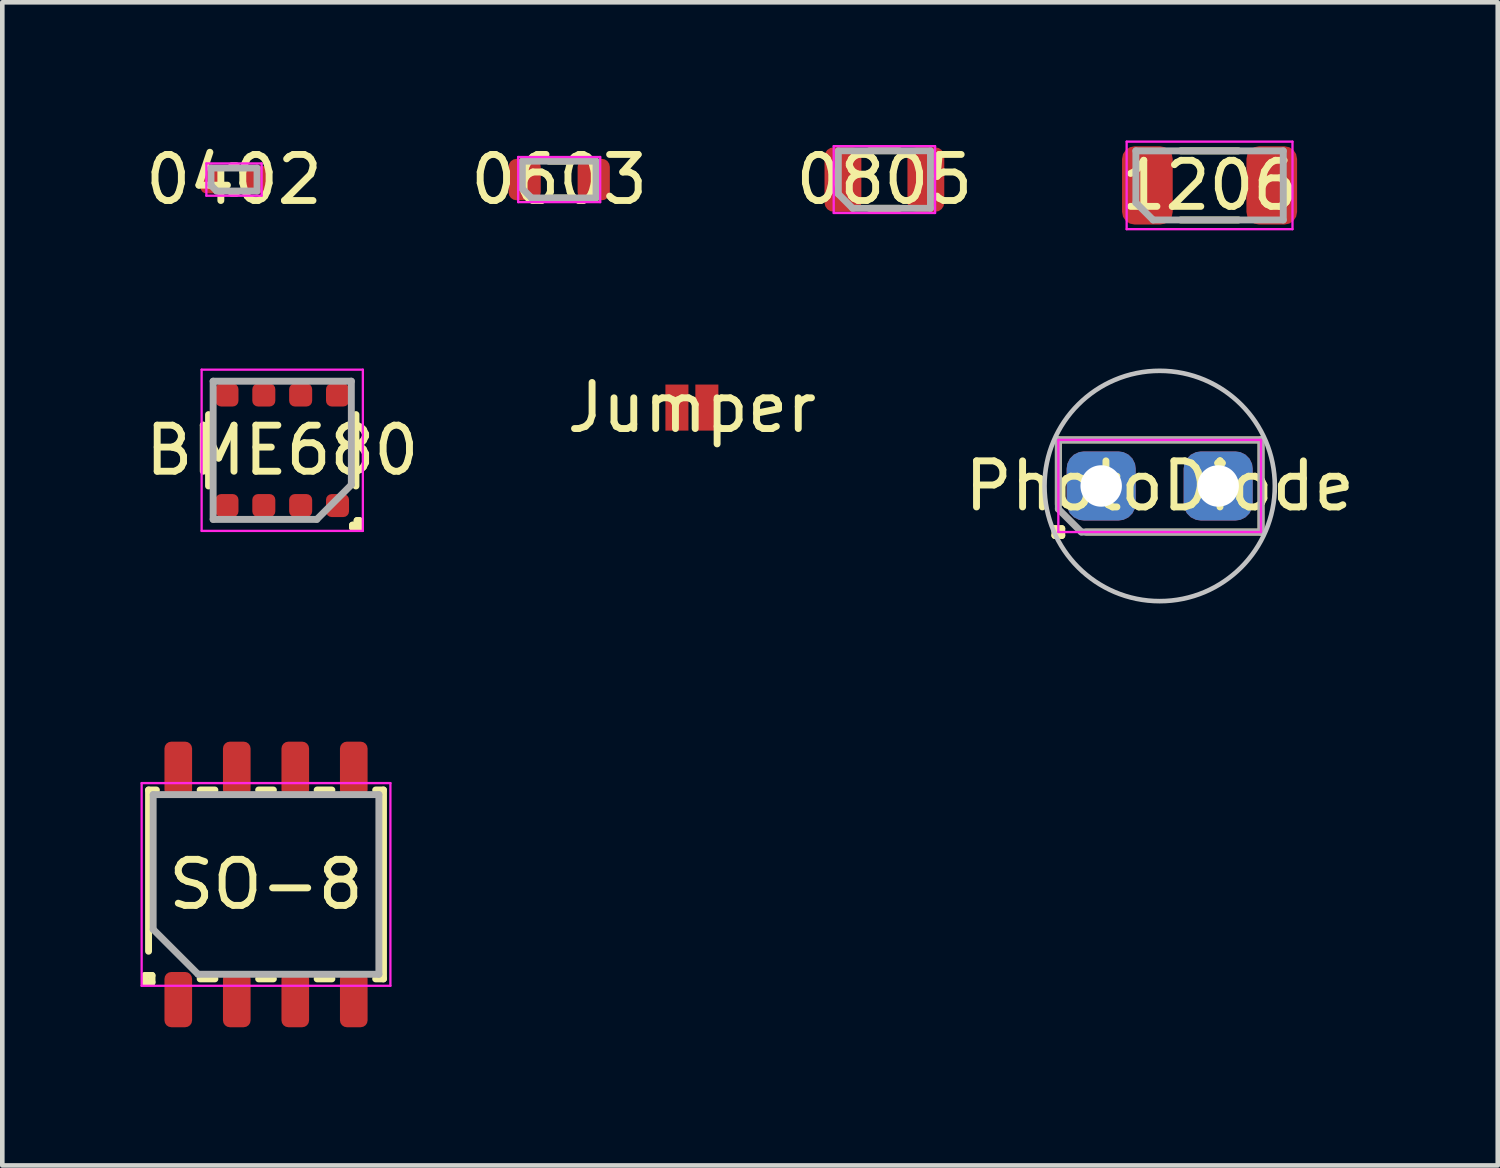
<source format=kicad_pcb>
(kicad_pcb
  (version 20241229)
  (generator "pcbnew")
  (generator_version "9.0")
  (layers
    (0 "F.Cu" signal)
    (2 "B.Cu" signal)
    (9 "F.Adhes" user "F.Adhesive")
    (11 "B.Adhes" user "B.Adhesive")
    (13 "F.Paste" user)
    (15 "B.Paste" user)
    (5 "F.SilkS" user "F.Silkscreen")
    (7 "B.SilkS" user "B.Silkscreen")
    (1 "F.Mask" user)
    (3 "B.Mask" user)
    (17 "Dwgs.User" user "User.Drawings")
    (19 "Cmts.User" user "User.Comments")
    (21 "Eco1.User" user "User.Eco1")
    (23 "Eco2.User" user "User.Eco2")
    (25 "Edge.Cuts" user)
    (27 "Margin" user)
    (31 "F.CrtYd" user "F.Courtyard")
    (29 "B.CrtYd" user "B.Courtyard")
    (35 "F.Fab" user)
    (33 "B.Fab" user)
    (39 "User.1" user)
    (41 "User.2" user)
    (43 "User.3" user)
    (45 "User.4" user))
  (footprint "BME680"
    (layer "F.Cu")
    (at 3.077 6.725)
    (property "Reference" "BME680" (at 0 0 0) (layer "F.SilkS") (effects (font (size 1 1) (thickness 0.15))))
    (attr smd)
    (fp_line (start -1.6 0.775) (end -1.6 -0.775) (stroke (width 0.15) (type solid)) (layer "F.SilkS"))
    (fp_line (start 1.525 1.625) (end 1.625 1.625) (stroke (width 0.15) (type solid)) (layer "F.SilkS"))
    (fp_line (start 1.525 1.675) (end 1.525 1.625) (stroke (width 0.15) (type solid)) (layer "F.SilkS"))
    (fp_line (start 1.6 -0.775) (end 1.6 0.775) (stroke (width 0.15) (type solid)) (layer "F.SilkS"))
    (fp_line (start 1.625 1.525) (end 1.675 1.525) (stroke (width 0.15) (type solid)) (layer "F.SilkS"))
    (fp_line (start 1.625 1.625) (end 1.625 1.525) (stroke (width 0.15) (type solid)) (layer "F.SilkS"))
    (fp_line (start 1.675 1.525) (end 1.675 1.675) (stroke (width 0.15) (type solid)) (layer "F.SilkS"))
    (fp_line (start 1.675 1.675) (end 1.525 1.675) (stroke (width 0.15) (type solid)) (layer "F.SilkS"))
    (fp_line (start -1.75 -1.75) (end 1.75 -1.75) (stroke (width 0.05) (type solid)) (layer "F.CrtYd"))
    (fp_line (start -1.75 1.75) (end -1.75 -1.75) (stroke (width 0.05) (type solid)) (layer "F.CrtYd"))
    (fp_line (start 1.75 -1.75) (end 1.75 1.75) (stroke (width 0.05) (type solid)) (layer "F.CrtYd"))
    (fp_line (start 1.75 1.75) (end -1.75 1.75) (stroke (width 0.05) (type solid)) (layer "F.CrtYd"))
    (fp_line (start -1.5 -1.5) (end 1.5 -1.5) (stroke (width 0.15) (type solid)) (layer "F.Fab"))
    (fp_line (start -1.5 1.5) (end -1.5 -1.5) (stroke (width 0.15) (type solid)) (layer "F.Fab"))
    (fp_line (start 0.75 1.5) (end -1.5 1.5) (stroke (width 0.15) (type solid)) (layer "F.Fab"))
    (fp_line (start 0.75 1.5) (end 1.5 0.75) (stroke (width 0.15) (type solid)) (layer "F.Fab"))
    (fp_line (start 1.5 -1.5) (end 1.5 0.75) (stroke (width 0.15) (type solid)) (layer "F.Fab"))
    (pad "1" smd roundrect (at 1.2 1.2) (size 0.5 0.5) (layers "F.Cu" "F.Mask" "F.Paste") (roundrect_rratio 0.25))
    (pad "2" smd roundrect (at 0.4 1.2) (size 0.5 0.5) (layers "F.Cu" "F.Mask" "F.Paste") (roundrect_rratio 0.25))
    (pad "3" smd roundrect (at -0.4 1.2) (size 0.5 0.5) (layers "F.Cu" "F.Mask" "F.Paste") (roundrect_rratio 0.25))
    (pad "4" smd roundrect (at -1.2 1.2) (size 0.5 0.5) (layers "F.Cu" "F.Mask" "F.Paste") (roundrect_rratio 0.25))
    (pad "5" smd roundrect (at -1.2 -1.2) (size 0.5 0.5) (layers "F.Cu" "F.Mask" "F.Paste") (roundrect_rratio 0.25))
    (pad "6" smd roundrect (at -0.4 -1.2) (size 0.5 0.5) (layers "F.Cu" "F.Mask" "F.Paste") (roundrect_rratio 0.25))
    (pad "7" smd roundrect (at 0.4 -1.2) (size 0.5 0.5) (layers "F.Cu" "F.Mask" "F.Paste") (roundrect_rratio 0.25))
    (pad "8" smd roundrect (at 1.2 -1.2) (size 0.5 0.5) (layers "F.Cu" "F.Mask" "F.Paste") (roundrect_rratio 0.25)))
  (footprint "1206"
    (layer "F.Cu")
    (at 23.208 0.975)
    (property "Reference" "1206" (at 0 0 0) (layer "F.SilkS") (effects (font (size 1 1) (thickness 0.15))))
    (attr smd)
    (fp_line (start -0.625 0.75) (end 0.625 0.75) (stroke (width 0.15) (type solid)) (layer "F.SilkS"))
    (fp_line (start 0.625 -0.75) (end -0.625 -0.75) (stroke (width 0.15) (type solid)) (layer "F.SilkS"))
    (fp_line (start -1.8 -0.95) (end 1.8 -0.95) (stroke (width 0.05) (type solid)) (layer "F.CrtYd"))
    (fp_line (start -1.8 0.95) (end -1.8 -0.95) (stroke (width 0.05) (type solid)) (layer "F.CrtYd"))
    (fp_line (start 1.8 -0.95) (end 1.8 0.95) (stroke (width 0.05) (type solid)) (layer "F.CrtYd"))
    (fp_line (start 1.8 0.95) (end -1.8 0.95) (stroke (width 0.05) (type solid)) (layer "F.CrtYd"))
    (fp_line (start -1.6 -0.75) (end -1.6 0.375) (stroke (width 0.15) (type solid)) (layer "F.Fab"))
    (fp_line (start -1.225 0.75) (end -1.6 0.375) (stroke (width 0.15) (type solid)) (layer "F.Fab"))
    (fp_line (start -1.225 0.75) (end 1.6 0.75) (stroke (width 0.15) (type solid)) (layer "F.Fab"))
    (fp_line (start 1.6 -0.75) (end -1.6 -0.75) (stroke (width 0.15) (type solid)) (layer "F.Fab"))
    (fp_line (start 1.6 0.75) (end 1.6 -0.75) (stroke (width 0.15) (type solid)) (layer "F.Fab"))
    (pad "1" smd roundrect (at -1.35 0) (size 1.1 1.7) (layers "F.Cu" "F.Mask" "F.Paste") (roundrect_rratio 0.25))
    (pad "2" smd roundrect (at 1.35 0) (size 1.1 1.7) (layers "F.Cu" "F.Mask" "F.Paste") (roundrect_rratio 0.25)))
  (footprint "PhotoDiode"
    (layer "F.Cu")
    (at 22.125 7.5)
    (property "Reference" "PhotoDiode" (at 0 0 0) (layer "F.SilkS") (effects (font (size 1 1) (thickness 0.15))))
    (attr through_hole)
    (fp_line (start -2.275 0.925) (end -2.125 0.925) (stroke (width 0.15) (type solid)) (layer "F.SilkS"))
    (fp_line (start -2.275 1.075) (end -2.275 0.925) (stroke (width 0.15) (type solid)) (layer "F.SilkS"))
    (fp_line (start -2.2 -1) (end -2.2 0.4) (stroke (width 0.15) (type solid)) (layer "F.SilkS"))
    (fp_line (start -2.125 0.925) (end -2.125 1.075) (stroke (width 0.15) (type solid)) (layer "F.SilkS"))
    (fp_line (start -2.125 1.075) (end -2.275 1.075) (stroke (width 0.15) (type solid)) (layer "F.SilkS"))
    (fp_line (start -1.6 1) (end 2.2 1) (stroke (width 0.15) (type solid)) (layer "F.SilkS"))
    (fp_line (start 2.2 -1) (end -2.2 -1) (stroke (width 0.15) (type solid)) (layer "F.SilkS"))
    (fp_line (start 2.2 1) (end 2.2 -1) (stroke (width 0.15) (type solid)) (layer "F.SilkS"))
    (fp_circle (center 0 0) (end -2.5 0) (stroke (width 0.1) (type default)) (fill no) (layer "Dwgs.User"))
    (fp_line (start -2.2 -1) (end 2.2 -1) (stroke (width 0.05) (type solid)) (layer "F.CrtYd"))
    (fp_line (start -2.2 1) (end -2.2 -1) (stroke (width 0.05) (type solid)) (layer "F.CrtYd"))
    (fp_line (start 2.2 -1) (end 2.2 1) (stroke (width 0.05) (type solid)) (layer "F.CrtYd"))
    (fp_line (start 2.2 1) (end -2.2 1) (stroke (width 0.05) (type solid)) (layer "F.CrtYd"))
    (fp_line (start -2.2 -1) (end -2.2 0.5) (stroke (width 0.15) (type solid)) (layer "F.Fab"))
    (fp_line (start -1.7 1) (end -2.2 0.5) (stroke (width 0.15) (type solid)) (layer "F.Fab"))
    (fp_line (start -1.7 1) (end 2.2 1) (stroke (width 0.15) (type solid)) (layer "F.Fab"))
    (fp_line (start 2.2 -1) (end -2.2 -1) (stroke (width 0.15) (type solid)) (layer "F.Fab"))
    (fp_line (start 2.2 1) (end 2.2 -1) (stroke (width 0.15) (type solid)) (layer "F.Fab"))
    (pad "1" thru_hole roundrect (at -1.27 0) (size 1.5 1.5) (drill 0.9) (layers "*.Cu" "*.Mask") (remove_unused_layers yes) (keep_end_layers yes) (zone_layer_connections) (roundrect_rratio 0.25))
    (pad "2" thru_hole roundrect (at 1.27 0) (size 1.5 1.5) (drill 0.9) (layers "*.Cu" "*.Mask") (remove_unused_layers yes) (keep_end_layers yes) (zone_layer_connections) (roundrect_rratio 0.25)))
  (footprint "Jumper"
    (layer "F.Cu")
    (at 11.97 5.798)
    (property "Reference" "Jumper" (at 0 0 0) (layer "F.SilkS") (effects (font (size 1 1) (thickness 0.15))))
    (attr smd allow_soldermask_bridges)
    (fp_circle (center 0 0) (end -0.51 0) (stroke (width 0) (type default)) (fill yes) (layer "F.Mask"))
    (pad "1" smd rect (at -0.325 0) (size 0.5 1) (layers "F.Cu"))
    (pad "2" smd rect (at 0.325 0) (size 0.5 1) (layers "F.Cu")))
  (footprint "SO-8"
    (layer "F.Cu")
    (at 2.725 16.15)
    (property "Reference" "SO-8" (at 0 0 0) (layer "F.SilkS") (effects (font (size 1 1) (thickness 0.15))))
    (attr smd)
    (fp_line (start -2.625 1.975) (end -2.475 1.975) (stroke (width 0.15) (type solid)) (layer "F.SilkS"))
    (fp_line (start -2.625 2.125) (end -2.625 1.975) (stroke (width 0.15) (type solid)) (layer "F.SilkS"))
    (fp_line (start -2.55 -2.05) (end -2.55 1.45) (stroke (width 0.15) (type solid)) (layer "F.SilkS"))
    (fp_line (start -2.475 1.975) (end -2.475 2.125) (stroke (width 0.15) (type solid)) (layer "F.SilkS"))
    (fp_line (start -2.475 2.125) (end -2.625 2.125) (stroke (width 0.15) (type solid)) (layer "F.SilkS"))
    (fp_line (start -2.38 -2.05) (end -2.55 -2.05) (stroke (width 0.15) (type solid)) (layer "F.SilkS"))
    (fp_line (start -1.43 2.05) (end -1.11 2.05) (stroke (width 0.15) (type solid)) (layer "F.SilkS"))
    (fp_line (start -1.11 -2.05) (end -1.43 -2.05) (stroke (width 0.15) (type solid)) (layer "F.SilkS"))
    (fp_line (start -0.16 2.05) (end 0.16 2.05) (stroke (width 0.15) (type solid)) (layer "F.SilkS"))
    (fp_line (start 0.16 -2.05) (end -0.16 -2.05) (stroke (width 0.15) (type solid)) (layer "F.SilkS"))
    (fp_line (start 1.11 2.05) (end 1.43 2.05) (stroke (width 0.15) (type solid)) (layer "F.SilkS"))
    (fp_line (start 1.43 -2.05) (end 1.11 -2.05) (stroke (width 0.15) (type solid)) (layer "F.SilkS"))
    (fp_line (start 2.38 2.05) (end 2.55 2.05) (stroke (width 0.15) (type solid)) (layer "F.SilkS"))
    (fp_line (start 2.55 -2.05) (end 2.38 -2.05) (stroke (width 0.15) (type solid)) (layer "F.SilkS"))
    (fp_line (start 2.55 2.05) (end 2.55 -2.05) (stroke (width 0.15) (type solid)) (layer "F.SilkS"))
    (fp_line (start -2.7 -2.2) (end 2.7 -2.2) (stroke (width 0.05) (type solid)) (layer "F.CrtYd"))
    (fp_line (start -2.7 2.2) (end -2.7 -2.2) (stroke (width 0.05) (type solid)) (layer "F.CrtYd"))
    (fp_line (start 2.7 -2.2) (end 2.7 2.2) (stroke (width 0.05) (type solid)) (layer "F.CrtYd"))
    (fp_line (start 2.7 2.2) (end -2.7 2.2) (stroke (width 0.05) (type solid)) (layer "F.CrtYd"))
    (fp_line (start -2.45 -1.95) (end -2.45 0.975) (stroke (width 0.15) (type solid)) (layer "F.Fab"))
    (fp_line (start -1.475 1.95) (end -2.45 0.975) (stroke (width 0.15) (type solid)) (layer "F.Fab"))
    (fp_line (start -1.475 1.95) (end 2.45 1.95) (stroke (width 0.15) (type solid)) (layer "F.Fab"))
    (fp_line (start 2.45 -1.95) (end -2.45 -1.95) (stroke (width 0.15) (type solid)) (layer "F.Fab"))
    (fp_line (start 2.45 1.95) (end 2.45 -1.95) (stroke (width 0.15) (type solid)) (layer "F.Fab"))
    (pad "1" smd roundrect (at -1.905 2.5) (size 0.6 1.2) (layers "F.Cu" "F.Mask" "F.Paste") (roundrect_rratio 0.25))
    (pad "2" smd roundrect (at -0.635 2.5) (size 0.6 1.2) (layers "F.Cu" "F.Mask" "F.Paste") (roundrect_rratio 0.25))
    (pad "3" smd roundrect (at 0.635 2.5) (size 0.6 1.2) (layers "F.Cu" "F.Mask" "F.Paste") (roundrect_rratio 0.25))
    (pad "4" smd roundrect (at 1.905 2.5) (size 0.6 1.2) (layers "F.Cu" "F.Mask" "F.Paste") (roundrect_rratio 0.25))
    (pad "5" smd roundrect (at 1.905 -2.5) (size 0.6 1.2) (layers "F.Cu" "F.Mask" "F.Paste") (roundrect_rratio 0.25))
    (pad "6" smd roundrect (at 0.635 -2.5) (size 0.6 1.2) (layers "F.Cu" "F.Mask" "F.Paste") (roundrect_rratio 0.25))
    (pad "7" smd roundrect (at -0.635 -2.5) (size 0.6 1.2) (layers "F.Cu" "F.Mask" "F.Paste") (roundrect_rratio 0.25))
    (pad "8" smd roundrect (at -1.905 -2.5) (size 0.6 1.2) (layers "F.Cu" "F.Mask" "F.Paste") (roundrect_rratio 0.25)))
  (footprint "0402"
    (layer "F.Cu")
    (at 2.03 0.848)
    (property "Reference" "0402" (at 0 0 0) (layer "F.SilkS") (effects (font (size 1 1) (thickness 0.15))))
    (attr smd)
    (fp_line (start -0.05 0.3) (end 0.05 0.3) (stroke (width 0.15) (type solid)) (layer "F.SilkS"))
    (fp_line (start 0.05 -0.3) (end -0.05 -0.3) (stroke (width 0.15) (type solid)) (layer "F.SilkS"))
    (fp_line (start -0.6 -0.35) (end 0.6 -0.35) (stroke (width 0.05) (type solid)) (layer "F.CrtYd"))
    (fp_line (start -0.6 0.35) (end -0.6 -0.35) (stroke (width 0.05) (type solid)) (layer "F.CrtYd"))
    (fp_line (start 0.6 -0.35) (end 0.6 0.35) (stroke (width 0.05) (type solid)) (layer "F.CrtYd"))
    (fp_line (start 0.6 0.35) (end -0.6 0.35) (stroke (width 0.05) (type solid)) (layer "F.CrtYd"))
    (fp_line (start -0.5 -0.25) (end -0.5 0.125) (stroke (width 0.15) (type solid)) (layer "F.Fab"))
    (fp_line (start -0.375 0.25) (end -0.5 0.125) (stroke (width 0.15) (type solid)) (layer "F.Fab"))
    (fp_line (start -0.375 0.25) (end 0.5 0.25) (stroke (width 0.15) (type solid)) (layer "F.Fab"))
    (fp_line (start 0.5 -0.25) (end -0.5 -0.25) (stroke (width 0.15) (type solid)) (layer "F.Fab"))
    (fp_line (start 0.5 0.25) (end 0.5 -0.25) (stroke (width 0.15) (type solid)) (layer "F.Fab"))
    (pad "1" smd roundrect (at -0.475 0) (size 0.5 0.6) (layers "F.Cu" "F.Mask" "F.Paste") (roundrect_rratio 0.25))
    (pad "2" smd roundrect (at 0.475 0) (size 0.5 0.6) (layers "F.Cu" "F.Mask" "F.Paste") (roundrect_rratio 0.25)))
  (footprint "0603"
    (layer "F.Cu")
    (at 9.089 0.848)
    (property "Reference" "0603" (at 0 0 0) (layer "F.SilkS") (effects (font (size 1 1) (thickness 0.15))))
    (attr smd)
    (fp_line (start -0.2 0.4) (end 0.225 0.4) (stroke (width 0.15) (type solid)) (layer "F.SilkS"))
    (fp_line (start 0.225 -0.4) (end -0.225 -0.4) (stroke (width 0.15) (type solid)) (layer "F.SilkS"))
    (fp_line (start -0.89 -0.49) (end 0.89 -0.49) (stroke (width 0.05) (type solid)) (layer "F.CrtYd"))
    (fp_line (start -0.89 0.49) (end -0.89 -0.49) (stroke (width 0.05) (type solid)) (layer "F.CrtYd"))
    (fp_line (start 0.89 -0.49) (end 0.89 0.49) (stroke (width 0.05) (type solid)) (layer "F.CrtYd"))
    (fp_line (start 0.89 0.49) (end -0.89 0.49) (stroke (width 0.05) (type solid)) (layer "F.CrtYd"))
    (fp_line (start -0.8 -0.4) (end -0.8 0.2) (stroke (width 0.15) (type solid)) (layer "F.Fab"))
    (fp_line (start -0.6 0.4) (end -0.8 0.2) (stroke (width 0.15) (type solid)) (layer "F.Fab"))
    (fp_line (start -0.6 0.4) (end 0.8 0.4) (stroke (width 0.15) (type solid)) (layer "F.Fab"))
    (fp_line (start 0.8 -0.4) (end -0.8 -0.4) (stroke (width 0.15) (type solid)) (layer "F.Fab"))
    (fp_line (start 0.8 0.4) (end 0.8 -0.4) (stroke (width 0.15) (type solid)) (layer "F.Fab"))
    (pad "1" smd roundrect (at -0.75 0) (size 0.7 0.9) (layers "F.Cu" "F.Mask" "F.Paste") (roundrect_rratio 0.25))
    (pad "2" smd roundrect (at 0.75 0) (size 0.7 0.9) (layers "F.Cu" "F.Mask" "F.Paste") (roundrect_rratio 0.25)))
  (footprint "0805"
    (layer "F.Cu")
    (at 16.149 0.848)
    (property "Reference" "0805" (at 0 0 0) (layer "F.SilkS") (effects (font (size 1 1) (thickness 0.15))))
    (attr smd)
    (fp_line (start -0.325 0.625) (end 0.325 0.625) (stroke (width 0.15) (type solid)) (layer "F.SilkS"))
    (fp_line (start 0.325 -0.625) (end -0.325 -0.625) (stroke (width 0.15) (type solid)) (layer "F.SilkS"))
    (fp_line (start -1.1 -0.725) (end 1.1 -0.725) (stroke (width 0.05) (type solid)) (layer "F.CrtYd"))
    (fp_line (start -1.1 0.725) (end -1.1 -0.725) (stroke (width 0.05) (type solid)) (layer "F.CrtYd"))
    (fp_line (start 1.1 -0.725) (end 1.1 0.725) (stroke (width 0.05) (type solid)) (layer "F.CrtYd"))
    (fp_line (start 1.1 0.725) (end -1.1 0.725) (stroke (width 0.05) (type solid)) (layer "F.CrtYd"))
    (fp_line (start -1 -0.625) (end -1 0.312) (stroke (width 0.15) (type solid)) (layer "F.Fab"))
    (fp_line (start -0.688 0.625) (end -1 0.312) (stroke (width 0.15) (type solid)) (layer "F.Fab"))
    (fp_line (start -0.688 0.625) (end 1 0.625) (stroke (width 0.15) (type solid)) (layer "F.Fab"))
    (fp_line (start 1 -0.625) (end -1 -0.625) (stroke (width 0.15) (type solid)) (layer "F.Fab"))
    (fp_line (start 1 0.625) (end 1 -0.625) (stroke (width 0.15) (type solid)) (layer "F.Fab"))
    (pad "1" smd roundrect (at -0.9 0) (size 0.8 1.4) (layers "F.Cu" "F.Mask" "F.Paste") (roundrect_rratio 0.25))
    (pad "2" smd roundrect (at 0.9 0) (size 0.8 1.4) (layers "F.Cu" "F.Mask" "F.Paste") (roundrect_rratio 0.25)))
  (gr_rect
    (start -3 -3)
    (end 29.464 22.25)
    (stroke (width 0.1) (type default))
    (fill no)
    (layer "Edge.Cuts")))
</source>
